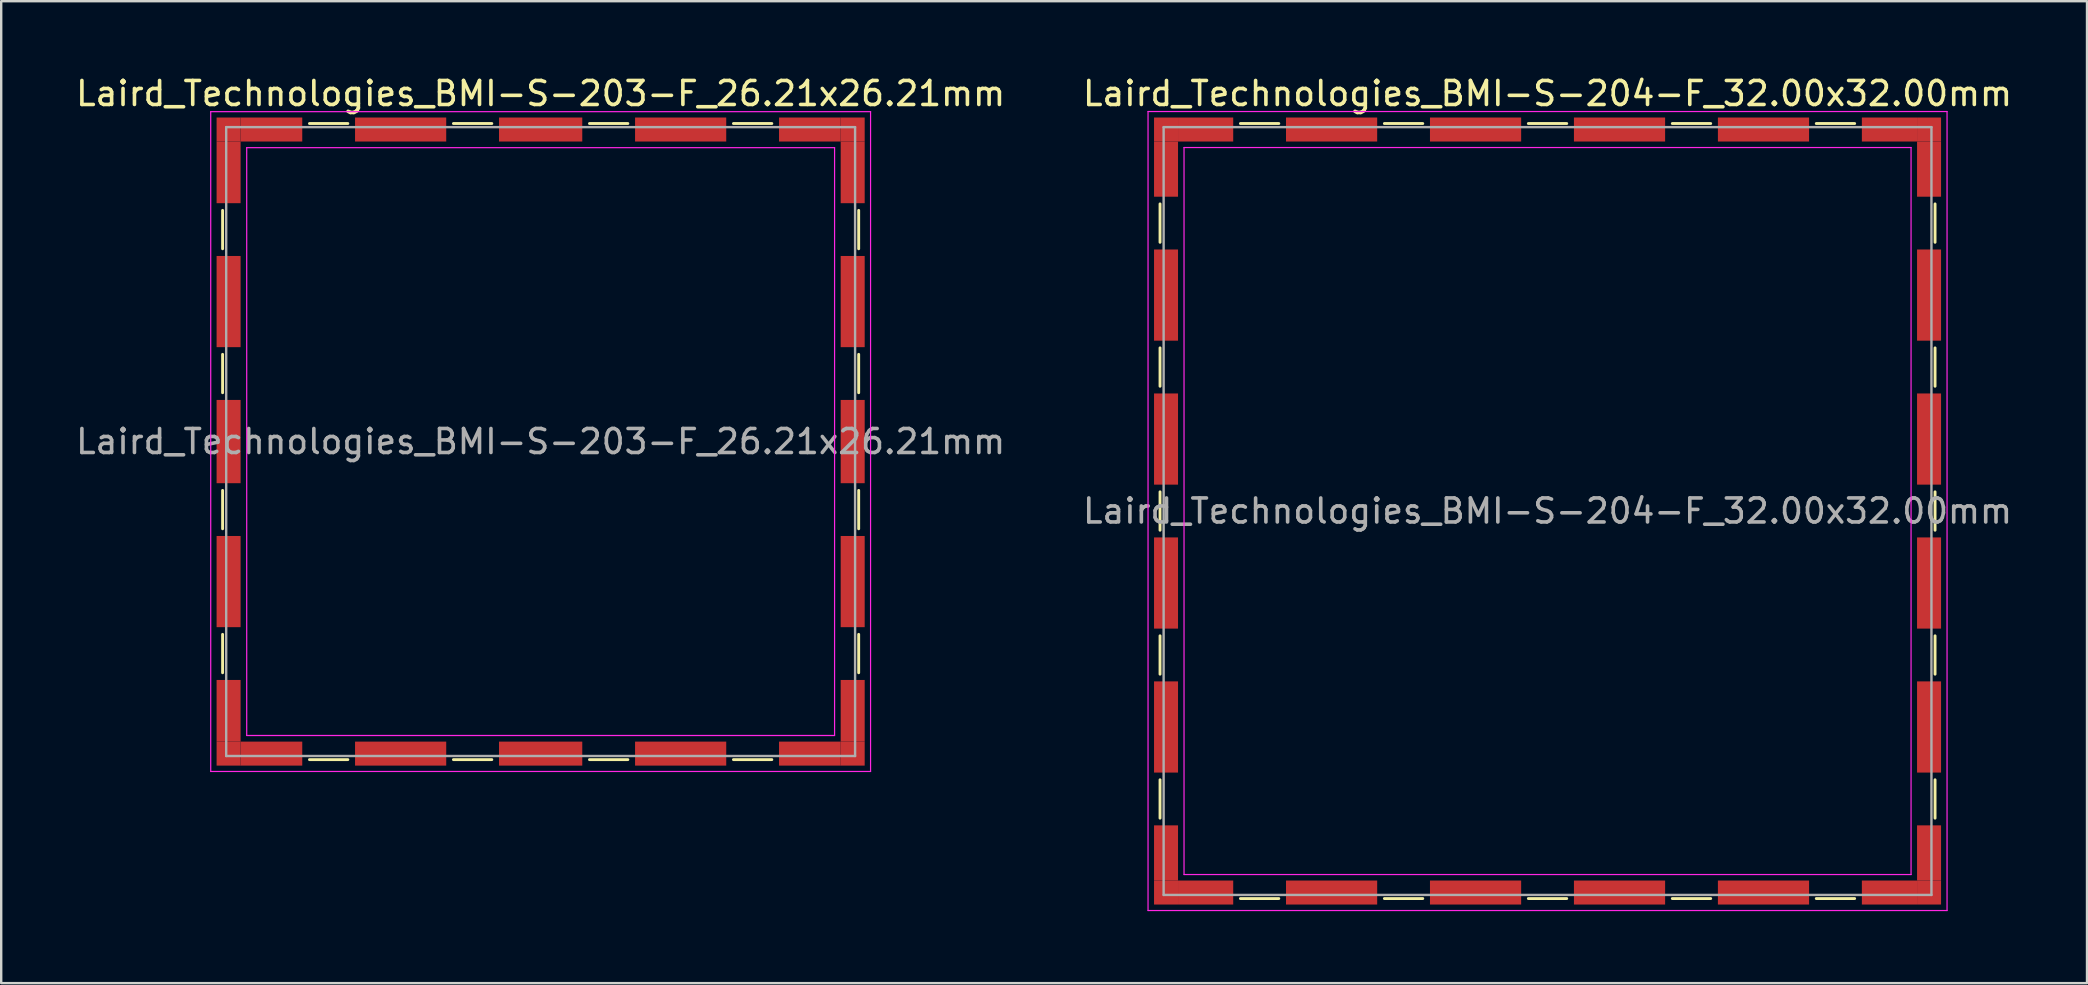
<source format=kicad_pcb>
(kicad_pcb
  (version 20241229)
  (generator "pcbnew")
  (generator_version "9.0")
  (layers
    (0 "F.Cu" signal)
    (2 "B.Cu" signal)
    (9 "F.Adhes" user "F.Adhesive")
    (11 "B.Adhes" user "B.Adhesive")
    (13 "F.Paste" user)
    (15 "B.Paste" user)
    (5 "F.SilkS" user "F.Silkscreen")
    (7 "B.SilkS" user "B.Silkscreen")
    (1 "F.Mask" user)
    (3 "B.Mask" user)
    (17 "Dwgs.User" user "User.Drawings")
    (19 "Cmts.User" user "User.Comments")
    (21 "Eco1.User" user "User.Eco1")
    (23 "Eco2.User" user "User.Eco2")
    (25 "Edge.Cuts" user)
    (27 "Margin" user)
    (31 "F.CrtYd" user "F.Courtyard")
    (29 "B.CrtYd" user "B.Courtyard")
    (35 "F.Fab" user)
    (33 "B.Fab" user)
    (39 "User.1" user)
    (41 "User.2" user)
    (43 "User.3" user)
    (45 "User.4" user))
  (footprint "Laird_Technologies_BMI-S-203-F_26.21x26.21mm"
    (layer "F.Cu")
    (at 19.482 15.353)
    (property "Reference" "Laird_Technologies_BMI-S-203-F_26.21x26.21mm" (at 0 -14.505 0) (layer "F.SilkS") (effects (font (size 1 1) (thickness 0.15))))
    (attr smd)
    (fp_line (start -13.255 -9.635) (end -13.255 -8.035) (stroke (width 0.12) (type solid)) (layer "F.SilkS"))
    (fp_line (start -13.255 -3.635) (end -13.255 -2.035) (stroke (width 0.12) (type solid)) (layer "F.SilkS"))
    (fp_line (start -13.255 2.035) (end -13.255 3.635) (stroke (width 0.12) (type solid)) (layer "F.SilkS"))
    (fp_line (start -13.255 8.035) (end -13.255 9.635) (stroke (width 0.12) (type solid)) (layer "F.SilkS"))
    (fp_line (start -9.635 -13.255) (end -8.035 -13.255) (stroke (width 0.12) (type solid)) (layer "F.SilkS"))
    (fp_line (start -9.635 13.255) (end -8.035 13.255) (stroke (width 0.12) (type solid)) (layer "F.SilkS"))
    (fp_line (start -3.635 -13.255) (end -2.035 -13.255) (stroke (width 0.12) (type solid)) (layer "F.SilkS"))
    (fp_line (start -3.635 13.255) (end -2.035 13.255) (stroke (width 0.12) (type solid)) (layer "F.SilkS"))
    (fp_line (start 2.035 -13.255) (end 3.635 -13.255) (stroke (width 0.12) (type solid)) (layer "F.SilkS"))
    (fp_line (start 2.035 13.255) (end 3.635 13.255) (stroke (width 0.12) (type solid)) (layer "F.SilkS"))
    (fp_line (start 8.035 -13.255) (end 9.635 -13.255) (stroke (width 0.12) (type solid)) (layer "F.SilkS"))
    (fp_line (start 8.035 13.255) (end 9.635 13.255) (stroke (width 0.12) (type solid)) (layer "F.SilkS"))
    (fp_line (start 13.255 -9.635) (end 13.255 -8.035) (stroke (width 0.12) (type solid)) (layer "F.SilkS"))
    (fp_line (start 13.255 -3.635) (end 13.255 -2.035) (stroke (width 0.12) (type solid)) (layer "F.SilkS"))
    (fp_line (start 13.255 2.035) (end 13.255 3.635) (stroke (width 0.12) (type solid)) (layer "F.SilkS"))
    (fp_line (start 13.255 8.035) (end 13.255 9.635) (stroke (width 0.12) (type solid)) (layer "F.SilkS"))
    (fp_line (start -13.75 -13.75) (end -13.75 13.75) (stroke (width 0.05) (type solid)) (layer "F.CrtYd"))
    (fp_line (start -13.75 13.75) (end 13.75 13.75) (stroke (width 0.05) (type solid)) (layer "F.CrtYd"))
    (fp_line (start -12.25 -12.25) (end -12.25 12.25) (stroke (width 0.05) (type solid)) (layer "F.CrtYd"))
    (fp_line (start 12.25 -12.25) (end -12.25 -12.25) (stroke (width 0.05) (type solid)) (layer "F.CrtYd"))
    (fp_line (start 12.25 -12.25) (end 12.25 12.25) (stroke (width 0.05) (type solid)) (layer "F.CrtYd"))
    (fp_line (start 12.25 12.25) (end -12.25 12.25) (stroke (width 0.05) (type solid)) (layer "F.CrtYd"))
    (fp_line (start 13.75 -13.75) (end -13.75 -13.75) (stroke (width 0.05) (type solid)) (layer "F.CrtYd"))
    (fp_line (start 13.75 13.75) (end 13.75 -13.75) (stroke (width 0.05) (type solid)) (layer "F.CrtYd"))
    (fp_line (start -13.105 -13.105) (end -13.105 13.105) (stroke (width 0.1) (type solid)) (layer "F.Fab"))
    (fp_line (start -13.105 13.105) (end 13.105 13.105) (stroke (width 0.1) (type solid)) (layer "F.Fab"))
    (fp_line (start 13.105 -13.105) (end -13.105 -13.105) (stroke (width 0.1) (type solid)) (layer "F.Fab"))
    (fp_line (start 13.105 13.105) (end 13.105 -13.105) (stroke (width 0.1) (type solid)) (layer "F.Fab"))
    (fp_text user "${REFERENCE}" (at 0 0 0) (layer "F.Fab") (effects (font (size 1 1) (thickness 0.15))))
    (pad "1" smd rect (at -13.005 -13.005) (size 1 1) (layers "F.Cu" "F.Mask" "F.Paste"))
    (pad "1" smd rect (at -13.005 -11.22) (size 1 2.57) (layers "F.Cu" "F.Mask" "F.Paste"))
    (pad "1" smd rect (at -13.005 -5.835) (size 1 3.8) (layers "F.Cu" "F.Mask" "F.Paste"))
    (pad "1" smd rect (at -13.005 0) (size 1 3.47) (layers "F.Cu" "F.Mask" "F.Paste"))
    (pad "1" smd rect (at -13.005 5.835) (size 1 3.8) (layers "F.Cu" "F.Mask" "F.Paste"))
    (pad "1" smd rect (at -13.005 11.22) (size 1 2.57) (layers "F.Cu" "F.Mask" "F.Paste"))
    (pad "1" smd rect (at -13.005 13.005) (size 1 1) (layers "F.Cu" "F.Mask" "F.Paste"))
    (pad "1" smd rect (at -11.22 -13.005) (size 2.57 1) (layers "F.Cu" "F.Mask" "F.Paste"))
    (pad "1" smd rect (at -11.22 13.005) (size 2.57 1) (layers "F.Cu" "F.Mask" "F.Paste"))
    (pad "1" smd rect (at -5.835 -13.005) (size 3.8 1) (layers "F.Cu" "F.Mask" "F.Paste"))
    (pad "1" smd rect (at -5.835 13.005) (size 3.8 1) (layers "F.Cu" "F.Mask" "F.Paste"))
    (pad "1" smd rect (at 0 -13.005) (size 3.47 1) (layers "F.Cu" "F.Mask" "F.Paste"))
    (pad "1" smd rect (at 0 13.005) (size 3.47 1) (layers "F.Cu" "F.Mask" "F.Paste"))
    (pad "1" smd rect (at 5.835 -13.005) (size 3.8 1) (layers "F.Cu" "F.Mask" "F.Paste"))
    (pad "1" smd rect (at 5.835 13.005) (size 3.8 1) (layers "F.Cu" "F.Mask" "F.Paste"))
    (pad "1" smd rect (at 11.22 -13.005) (size 2.57 1) (layers "F.Cu" "F.Mask" "F.Paste"))
    (pad "1" smd rect (at 11.22 13.005) (size 2.57 1) (layers "F.Cu" "F.Mask" "F.Paste"))
    (pad "1" smd rect (at 13.005 -13.005) (size 1 1) (layers "F.Cu" "F.Mask" "F.Paste"))
    (pad "1" smd rect (at 13.005 -11.22) (size 1 2.57) (layers "F.Cu" "F.Mask" "F.Paste"))
    (pad "1" smd rect (at 13.005 -5.835) (size 1 3.8) (layers "F.Cu" "F.Mask" "F.Paste"))
    (pad "1" smd rect (at 13.005 0) (size 1 3.47) (layers "F.Cu" "F.Mask" "F.Paste"))
    (pad "1" smd rect (at 13.005 5.835) (size 1 3.8) (layers "F.Cu" "F.Mask" "F.Paste"))
    (pad "1" smd rect (at 13.005 11.22) (size 1 2.57) (layers "F.Cu" "F.Mask" "F.Paste"))
    (pad "1" smd rect (at 13.005 13.005) (size 1 1) (layers "F.Cu" "F.Mask" "F.Paste")))
  (footprint "Laird_Technologies_BMI-S-204-F_32.00x32.00mm"
    (layer "F.Cu")
    (at 61.446 18.248)
    (property "Reference" "Laird_Technologies_BMI-S-204-F_32.00x32.00mm" (at 0 -17.4 0) (layer "F.SilkS") (effects (font (size 1 1) (thickness 0.15))))
    (attr smd)
    (fp_line (start -16.15 -12.8) (end -16.15 -11.2) (stroke (width 0.12) (type solid)) (layer "F.SilkS"))
    (fp_line (start -16.15 -6.8) (end -16.15 -5.2) (stroke (width 0.12) (type solid)) (layer "F.SilkS"))
    (fp_line (start -16.15 -0.8) (end -16.15 0.8) (stroke (width 0.12) (type solid)) (layer "F.SilkS"))
    (fp_line (start -16.15 5.2) (end -16.15 6.8) (stroke (width 0.12) (type solid)) (layer "F.SilkS"))
    (fp_line (start -16.15 11.2) (end -16.15 12.8) (stroke (width 0.12) (type solid)) (layer "F.SilkS"))
    (fp_line (start -12.8 -16.15) (end -11.2 -16.15) (stroke (width 0.12) (type solid)) (layer "F.SilkS"))
    (fp_line (start -12.8 16.15) (end -11.2 16.15) (stroke (width 0.12) (type solid)) (layer "F.SilkS"))
    (fp_line (start -6.8 -16.15) (end -5.2 -16.15) (stroke (width 0.12) (type solid)) (layer "F.SilkS"))
    (fp_line (start -6.8 16.15) (end -5.2 16.15) (stroke (width 0.12) (type solid)) (layer "F.SilkS"))
    (fp_line (start -0.8 -16.15) (end 0.8 -16.15) (stroke (width 0.12) (type solid)) (layer "F.SilkS"))
    (fp_line (start -0.8 16.15) (end 0.8 16.15) (stroke (width 0.12) (type solid)) (layer "F.SilkS"))
    (fp_line (start 5.2 -16.15) (end 6.8 -16.15) (stroke (width 0.12) (type solid)) (layer "F.SilkS"))
    (fp_line (start 5.2 16.15) (end 6.8 16.15) (stroke (width 0.12) (type solid)) (layer "F.SilkS"))
    (fp_line (start 11.2 -16.15) (end 12.8 -16.15) (stroke (width 0.12) (type solid)) (layer "F.SilkS"))
    (fp_line (start 11.2 16.15) (end 12.8 16.15) (stroke (width 0.12) (type solid)) (layer "F.SilkS"))
    (fp_line (start 16.15 -12.8) (end 16.15 -11.2) (stroke (width 0.12) (type solid)) (layer "F.SilkS"))
    (fp_line (start 16.15 -6.8) (end 16.15 -5.2) (stroke (width 0.12) (type solid)) (layer "F.SilkS"))
    (fp_line (start 16.15 -0.8) (end 16.15 0.8) (stroke (width 0.12) (type solid)) (layer "F.SilkS"))
    (fp_line (start 16.15 5.2) (end 16.15 6.8) (stroke (width 0.12) (type solid)) (layer "F.SilkS"))
    (fp_line (start 16.15 11.2) (end 16.15 12.8) (stroke (width 0.12) (type solid)) (layer "F.SilkS"))
    (fp_line (start -16.65 -16.65) (end -16.65 16.65) (stroke (width 0.05) (type solid)) (layer "F.CrtYd"))
    (fp_line (start -16.65 16.65) (end 16.65 16.65) (stroke (width 0.05) (type solid)) (layer "F.CrtYd"))
    (fp_line (start -15.15 -15.15) (end -15.15 15.15) (stroke (width 0.05) (type solid)) (layer "F.CrtYd"))
    (fp_line (start 15.15 -15.15) (end -15.15 -15.15) (stroke (width 0.05) (type solid)) (layer "F.CrtYd"))
    (fp_line (start 15.15 -15.15) (end 15.15 15.15) (stroke (width 0.05) (type solid)) (layer "F.CrtYd"))
    (fp_line (start 15.15 15.15) (end -15.15 15.15) (stroke (width 0.05) (type solid)) (layer "F.CrtYd"))
    (fp_line (start 16.65 -16.65) (end -16.65 -16.65) (stroke (width 0.05) (type solid)) (layer "F.CrtYd"))
    (fp_line (start 16.65 16.65) (end 16.65 -16.65) (stroke (width 0.05) (type solid)) (layer "F.CrtYd"))
    (fp_line (start -16 -16) (end -16 16) (stroke (width 0.1) (type solid)) (layer "F.Fab"))
    (fp_line (start -16 16) (end 16 16) (stroke (width 0.1) (type solid)) (layer "F.Fab"))
    (fp_line (start 16 -16) (end -16 -16) (stroke (width 0.1) (type solid)) (layer "F.Fab"))
    (fp_line (start 16 16) (end 16 -16) (stroke (width 0.1) (type solid)) (layer "F.Fab"))
    (fp_text user "${REFERENCE}" (at 0 0 0) (layer "F.Fab") (effects (font (size 1 1) (thickness 0.15))))
    (pad "1" smd rect (at -15.9 -15.9) (size 1 1) (layers "F.Cu" "F.Mask" "F.Paste"))
    (pad "1" smd rect (at -15.9 -14.25) (size 1 2.3) (layers "F.Cu" "F.Mask" "F.Paste"))
    (pad "1" smd rect (at -15.9 -9) (size 1 3.8) (layers "F.Cu" "F.Mask" "F.Paste"))
    (pad "1" smd rect (at -15.9 -3) (size 1 3.8) (layers "F.Cu" "F.Mask" "F.Paste"))
    (pad "1" smd rect (at -15.9 3) (size 1 3.8) (layers "F.Cu" "F.Mask" "F.Paste"))
    (pad "1" smd rect (at -15.9 9) (size 1 3.8) (layers "F.Cu" "F.Mask" "F.Paste"))
    (pad "1" smd rect (at -15.9 14.25) (size 1 2.3) (layers "F.Cu" "F.Mask" "F.Paste"))
    (pad "1" smd rect (at -15.9 15.9) (size 1 1) (layers "F.Cu" "F.Mask" "F.Paste"))
    (pad "1" smd rect (at -14.25 -15.9) (size 2.3 1) (layers "F.Cu" "F.Mask" "F.Paste"))
    (pad "1" smd rect (at -14.25 15.9) (size 2.3 1) (layers "F.Cu" "F.Mask" "F.Paste"))
    (pad "1" smd rect (at -9 -15.9) (size 3.8 1) (layers "F.Cu" "F.Mask" "F.Paste"))
    (pad "1" smd rect (at -9 15.9) (size 3.8 1) (layers "F.Cu" "F.Mask" "F.Paste"))
    (pad "1" smd rect (at -3 -15.9) (size 3.8 1) (layers "F.Cu" "F.Mask" "F.Paste"))
    (pad "1" smd rect (at -3 15.9) (size 3.8 1) (layers "F.Cu" "F.Mask" "F.Paste"))
    (pad "1" smd rect (at 3 -15.9) (size 3.8 1) (layers "F.Cu" "F.Mask" "F.Paste"))
    (pad "1" smd rect (at 3 15.9) (size 3.8 1) (layers "F.Cu" "F.Mask" "F.Paste"))
    (pad "1" smd rect (at 9 -15.9) (size 3.8 1) (layers "F.Cu" "F.Mask" "F.Paste"))
    (pad "1" smd rect (at 9 15.9) (size 3.8 1) (layers "F.Cu" "F.Mask" "F.Paste"))
    (pad "1" smd rect (at 14.25 -15.9) (size 2.3 1) (layers "F.Cu" "F.Mask" "F.Paste"))
    (pad "1" smd rect (at 14.25 15.9) (size 2.3 1) (layers "F.Cu" "F.Mask" "F.Paste"))
    (pad "1" smd rect (at 15.9 -15.9) (size 1 1) (layers "F.Cu" "F.Mask" "F.Paste"))
    (pad "1" smd rect (at 15.9 -14.25) (size 1 2.3) (layers "F.Cu" "F.Mask" "F.Paste"))
    (pad "1" smd rect (at 15.9 -9) (size 1 3.8) (layers "F.Cu" "F.Mask" "F.Paste"))
    (pad "1" smd rect (at 15.9 -3) (size 1 3.8) (layers "F.Cu" "F.Mask" "F.Paste"))
    (pad "1" smd rect (at 15.9 3) (size 1 3.8) (layers "F.Cu" "F.Mask" "F.Paste"))
    (pad "1" smd rect (at 15.9 9) (size 1 3.8) (layers "F.Cu" "F.Mask" "F.Paste"))
    (pad "1" smd rect (at 15.9 14.25) (size 1 2.3) (layers "F.Cu" "F.Mask" "F.Paste"))
    (pad "1" smd rect (at 15.9 15.9) (size 1 1) (layers "F.Cu" "F.Mask" "F.Paste")))
  (gr_rect
    (start -3 -3)
    (end 83.929 37.923)
    (stroke (width 0.1) (type default))
    (fill no)
    (layer "Edge.Cuts")))
</source>
